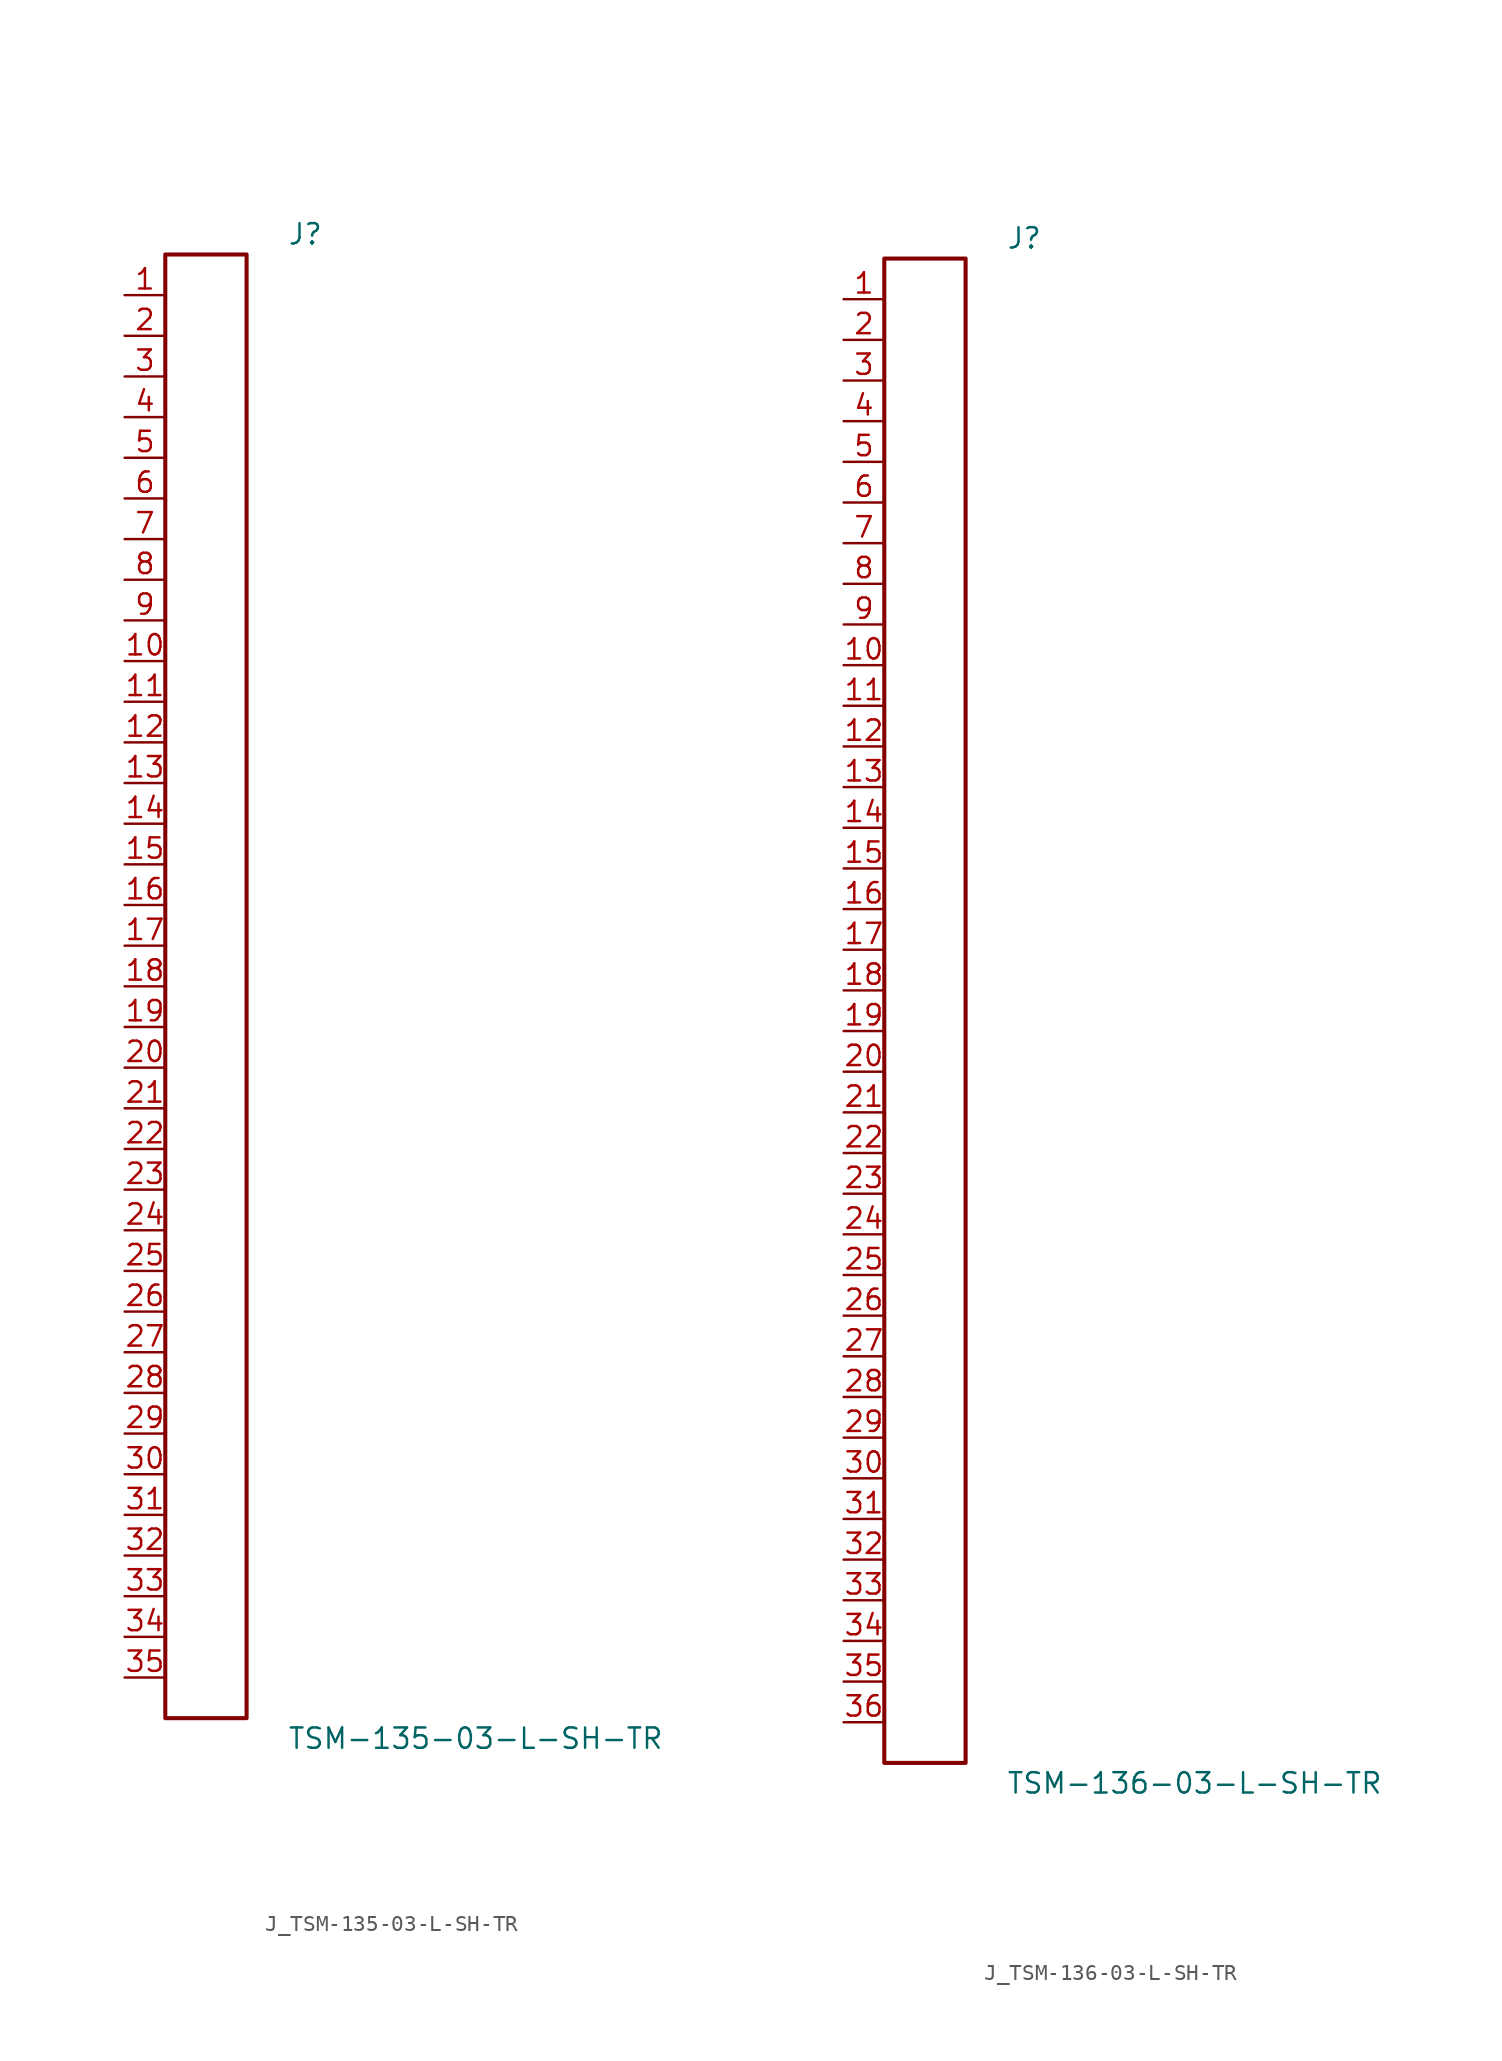
<source format=kicad_sym>
(kicad_symbol_lib
  (version 20231120)
  (generator kicad_symbol_editor)
  (generator_version 8.0)
  (symbol "J_TSM-135-03-L-SH-TR"
    (pin_names
      (offset 0.254))
    (property "Reference" "J"
      (at 5.08 46.99 0)
      (effects (font (size 1.27 1.27)) (justify left)))
    (property "Value" "TSM-135-03-L-SH-TR"
      (at 5.08 -46.99 0)
      (effects (font (size 1.27 1.27)) (justify left)))
    (symbol "J_TSM-135-03-L-SH-TR_0_0"
      (pin unspecified line (at -5.08 43.18 0) (length 2.54) (name "" (effects (font (size 1.27 1.27)))) (number "1" (effects (font (size 1.27 1.27)))))
      (pin unspecified line (at -5.08 40.64 0) (length 2.54) (name "" (effects (font (size 1.27 1.27)))) (number "2" (effects (font (size 1.27 1.27)))))
      (pin unspecified line (at -5.08 38.1 0) (length 2.54) (name "" (effects (font (size 1.27 1.27)))) (number "3" (effects (font (size 1.27 1.27)))))
      (pin unspecified line (at -5.08 35.56 0) (length 2.54) (name "" (effects (font (size 1.27 1.27)))) (number "4" (effects (font (size 1.27 1.27)))))
      (pin unspecified line (at -5.08 33.02 0) (length 2.54) (name "" (effects (font (size 1.27 1.27)))) (number "5" (effects (font (size 1.27 1.27)))))
      (pin unspecified line (at -5.08 30.48 0) (length 2.54) (name "" (effects (font (size 1.27 1.27)))) (number "6" (effects (font (size 1.27 1.27)))))
      (pin unspecified line (at -5.08 27.94 0) (length 2.54) (name "" (effects (font (size 1.27 1.27)))) (number "7" (effects (font (size 1.27 1.27)))))
      (pin unspecified line (at -5.08 25.4 0) (length 2.54) (name "" (effects (font (size 1.27 1.27)))) (number "8" (effects (font (size 1.27 1.27)))))
      (pin unspecified line (at -5.08 22.86 0) (length 2.54) (name "" (effects (font (size 1.27 1.27)))) (number "9" (effects (font (size 1.27 1.27)))))
      (pin unspecified line (at -5.08 20.32 0) (length 2.54) (name "" (effects (font (size 1.27 1.27)))) (number "10" (effects (font (size 1.27 1.27)))))
      (pin unspecified line (at -5.08 17.78 0) (length 2.54) (name "" (effects (font (size 1.27 1.27)))) (number "11" (effects (font (size 1.27 1.27)))))
      (pin unspecified line (at -5.08 15.24 0) (length 2.54) (name "" (effects (font (size 1.27 1.27)))) (number "12" (effects (font (size 1.27 1.27)))))
      (pin unspecified line (at -5.08 12.7 0) (length 2.54) (name "" (effects (font (size 1.27 1.27)))) (number "13" (effects (font (size 1.27 1.27)))))
      (pin unspecified line (at -5.08 10.16 0) (length 2.54) (name "" (effects (font (size 1.27 1.27)))) (number "14" (effects (font (size 1.27 1.27)))))
      (pin unspecified line (at -5.08 7.62 0) (length 2.54) (name "" (effects (font (size 1.27 1.27)))) (number "15" (effects (font (size 1.27 1.27)))))
      (pin unspecified line (at -5.08 5.08 0) (length 2.54) (name "" (effects (font (size 1.27 1.27)))) (number "16" (effects (font (size 1.27 1.27)))))
      (pin unspecified line (at -5.08 2.54 0) (length 2.54) (name "" (effects (font (size 1.27 1.27)))) (number "17" (effects (font (size 1.27 1.27)))))
      (pin unspecified line (at -5.08 0.0 0) (length 2.54) (name "" (effects (font (size 1.27 1.27)))) (number "18" (effects (font (size 1.27 1.27)))))
      (pin unspecified line (at -5.08 -2.54 0) (length 2.54) (name "" (effects (font (size 1.27 1.27)))) (number "19" (effects (font (size 1.27 1.27)))))
      (pin unspecified line (at -5.08 -5.08 0) (length 2.54) (name "" (effects (font (size 1.27 1.27)))) (number "20" (effects (font (size 1.27 1.27)))))
      (pin unspecified line (at -5.08 -7.62 0) (length 2.54) (name "" (effects (font (size 1.27 1.27)))) (number "21" (effects (font (size 1.27 1.27)))))
      (pin unspecified line (at -5.08 -10.16 0) (length 2.54) (name "" (effects (font (size 1.27 1.27)))) (number "22" (effects (font (size 1.27 1.27)))))
      (pin unspecified line (at -5.08 -12.7 0) (length 2.54) (name "" (effects (font (size 1.27 1.27)))) (number "23" (effects (font (size 1.27 1.27)))))
      (pin unspecified line (at -5.08 -15.24 0) (length 2.54) (name "" (effects (font (size 1.27 1.27)))) (number "24" (effects (font (size 1.27 1.27)))))
      (pin unspecified line (at -5.08 -17.78 0) (length 2.54) (name "" (effects (font (size 1.27 1.27)))) (number "25" (effects (font (size 1.27 1.27)))))
      (pin unspecified line (at -5.08 -20.32 0) (length 2.54) (name "" (effects (font (size 1.27 1.27)))) (number "26" (effects (font (size 1.27 1.27)))))
      (pin unspecified line (at -5.08 -22.86 0) (length 2.54) (name "" (effects (font (size 1.27 1.27)))) (number "27" (effects (font (size 1.27 1.27)))))
      (pin unspecified line (at -5.08 -25.4 0) (length 2.54) (name "" (effects (font (size 1.27 1.27)))) (number "28" (effects (font (size 1.27 1.27)))))
      (pin unspecified line (at -5.08 -27.94 0) (length 2.54) (name "" (effects (font (size 1.27 1.27)))) (number "29" (effects (font (size 1.27 1.27)))))
      (pin unspecified line (at -5.08 -30.48 0) (length 2.54) (name "" (effects (font (size 1.27 1.27)))) (number "30" (effects (font (size 1.27 1.27)))))
      (pin unspecified line (at -5.08 -33.02 0) (length 2.54) (name "" (effects (font (size 1.27 1.27)))) (number "31" (effects (font (size 1.27 1.27)))))
      (pin unspecified line (at -5.08 -35.56 0) (length 2.54) (name "" (effects (font (size 1.27 1.27)))) (number "32" (effects (font (size 1.27 1.27)))))
      (pin unspecified line (at -5.08 -38.1 0) (length 2.54) (name "" (effects (font (size 1.27 1.27)))) (number "33" (effects (font (size 1.27 1.27)))))
      (pin unspecified line (at -5.08 -40.64 0) (length 2.54) (name "" (effects (font (size 1.27 1.27)))) (number "34" (effects (font (size 1.27 1.27)))))
      (pin unspecified line (at -5.08 -43.18 0) (length 2.54) (name "" (effects (font (size 1.27 1.27)))) (number "35" (effects (font (size 1.27 1.27))))))
    (symbol "J_TSM-135-03-L-SH-TR_1_0"
      (rectangle (start -2.54 45.72) (end 2.54 -45.72) (stroke (width 0.254) (type solid)) (fill (type none)))))
  (symbol "J_TSM-136-03-L-SH-TR"
    (pin_names
      (offset 0.254))
    (property "Reference" "J"
      (at 5.08 48.26 0)
      (effects (font (size 1.27 1.27)) (justify left)))
    (property "Value" "TSM-136-03-L-SH-TR"
      (at 5.08 -48.26 0)
      (effects (font (size 1.27 1.27)) (justify left)))
    (symbol "J_TSM-136-03-L-SH-TR_0_0"
      (pin unspecified line (at -5.08 44.45 0) (length 2.54) (name "" (effects (font (size 1.27 1.27)))) (number "1" (effects (font (size 1.27 1.27)))))
      (pin unspecified line (at -5.08 41.91 0) (length 2.54) (name "" (effects (font (size 1.27 1.27)))) (number "2" (effects (font (size 1.27 1.27)))))
      (pin unspecified line (at -5.08 39.37 0) (length 2.54) (name "" (effects (font (size 1.27 1.27)))) (number "3" (effects (font (size 1.27 1.27)))))
      (pin unspecified line (at -5.08 36.83 0) (length 2.54) (name "" (effects (font (size 1.27 1.27)))) (number "4" (effects (font (size 1.27 1.27)))))
      (pin unspecified line (at -5.08 34.29 0) (length 2.54) (name "" (effects (font (size 1.27 1.27)))) (number "5" (effects (font (size 1.27 1.27)))))
      (pin unspecified line (at -5.08 31.75 0) (length 2.54) (name "" (effects (font (size 1.27 1.27)))) (number "6" (effects (font (size 1.27 1.27)))))
      (pin unspecified line (at -5.08 29.21 0) (length 2.54) (name "" (effects (font (size 1.27 1.27)))) (number "7" (effects (font (size 1.27 1.27)))))
      (pin unspecified line (at -5.08 26.67 0) (length 2.54) (name "" (effects (font (size 1.27 1.27)))) (number "8" (effects (font (size 1.27 1.27)))))
      (pin unspecified line (at -5.08 24.13 0) (length 2.54) (name "" (effects (font (size 1.27 1.27)))) (number "9" (effects (font (size 1.27 1.27)))))
      (pin unspecified line (at -5.08 21.59 0) (length 2.54) (name "" (effects (font (size 1.27 1.27)))) (number "10" (effects (font (size 1.27 1.27)))))
      (pin unspecified line (at -5.08 19.05 0) (length 2.54) (name "" (effects (font (size 1.27 1.27)))) (number "11" (effects (font (size 1.27 1.27)))))
      (pin unspecified line (at -5.08 16.51 0) (length 2.54) (name "" (effects (font (size 1.27 1.27)))) (number "12" (effects (font (size 1.27 1.27)))))
      (pin unspecified line (at -5.08 13.97 0) (length 2.54) (name "" (effects (font (size 1.27 1.27)))) (number "13" (effects (font (size 1.27 1.27)))))
      (pin unspecified line (at -5.08 11.43 0) (length 2.54) (name "" (effects (font (size 1.27 1.27)))) (number "14" (effects (font (size 1.27 1.27)))))
      (pin unspecified line (at -5.08 8.89 0) (length 2.54) (name "" (effects (font (size 1.27 1.27)))) (number "15" (effects (font (size 1.27 1.27)))))
      (pin unspecified line (at -5.08 6.35 0) (length 2.54) (name "" (effects (font (size 1.27 1.27)))) (number "16" (effects (font (size 1.27 1.27)))))
      (pin unspecified line (at -5.08 3.81 0) (length 2.54) (name "" (effects (font (size 1.27 1.27)))) (number "17" (effects (font (size 1.27 1.27)))))
      (pin unspecified line (at -5.08 1.27 0) (length 2.54) (name "" (effects (font (size 1.27 1.27)))) (number "18" (effects (font (size 1.27 1.27)))))
      (pin unspecified line (at -5.08 -1.27 0) (length 2.54) (name "" (effects (font (size 1.27 1.27)))) (number "19" (effects (font (size 1.27 1.27)))))
      (pin unspecified line (at -5.08 -3.81 0) (length 2.54) (name "" (effects (font (size 1.27 1.27)))) (number "20" (effects (font (size 1.27 1.27)))))
      (pin unspecified line (at -5.08 -6.35 0) (length 2.54) (name "" (effects (font (size 1.27 1.27)))) (number "21" (effects (font (size 1.27 1.27)))))
      (pin unspecified line (at -5.08 -8.89 0) (length 2.54) (name "" (effects (font (size 1.27 1.27)))) (number "22" (effects (font (size 1.27 1.27)))))
      (pin unspecified line (at -5.08 -11.43 0) (length 2.54) (name "" (effects (font (size 1.27 1.27)))) (number "23" (effects (font (size 1.27 1.27)))))
      (pin unspecified line (at -5.08 -13.97 0) (length 2.54) (name "" (effects (font (size 1.27 1.27)))) (number "24" (effects (font (size 1.27 1.27)))))
      (pin unspecified line (at -5.08 -16.51 0) (length 2.54) (name "" (effects (font (size 1.27 1.27)))) (number "25" (effects (font (size 1.27 1.27)))))
      (pin unspecified line (at -5.08 -19.05 0) (length 2.54) (name "" (effects (font (size 1.27 1.27)))) (number "26" (effects (font (size 1.27 1.27)))))
      (pin unspecified line (at -5.08 -21.59 0) (length 2.54) (name "" (effects (font (size 1.27 1.27)))) (number "27" (effects (font (size 1.27 1.27)))))
      (pin unspecified line (at -5.08 -24.13 0) (length 2.54) (name "" (effects (font (size 1.27 1.27)))) (number "28" (effects (font (size 1.27 1.27)))))
      (pin unspecified line (at -5.08 -26.67 0) (length 2.54) (name "" (effects (font (size 1.27 1.27)))) (number "29" (effects (font (size 1.27 1.27)))))
      (pin unspecified line (at -5.08 -29.21 0) (length 2.54) (name "" (effects (font (size 1.27 1.27)))) (number "30" (effects (font (size 1.27 1.27)))))
      (pin unspecified line (at -5.08 -31.75 0) (length 2.54) (name "" (effects (font (size 1.27 1.27)))) (number "31" (effects (font (size 1.27 1.27)))))
      (pin unspecified line (at -5.08 -34.29 0) (length 2.54) (name "" (effects (font (size 1.27 1.27)))) (number "32" (effects (font (size 1.27 1.27)))))
      (pin unspecified line (at -5.08 -36.83 0) (length 2.54) (name "" (effects (font (size 1.27 1.27)))) (number "33" (effects (font (size 1.27 1.27)))))
      (pin unspecified line (at -5.08 -39.37 0) (length 2.54) (name "" (effects (font (size 1.27 1.27)))) (number "34" (effects (font (size 1.27 1.27)))))
      (pin unspecified line (at -5.08 -41.91 0) (length 2.54) (name "" (effects (font (size 1.27 1.27)))) (number "35" (effects (font (size 1.27 1.27)))))
      (pin unspecified line (at -5.08 -44.45 0) (length 2.54) (name "" (effects (font (size 1.27 1.27)))) (number "36" (effects (font (size 1.27 1.27))))))
    (symbol "J_TSM-136-03-L-SH-TR_1_0"
      (rectangle (start -2.54 46.99) (end 2.54 -46.99) (stroke (width 0.254) (type solid)) (fill (type none))))))
</source>
